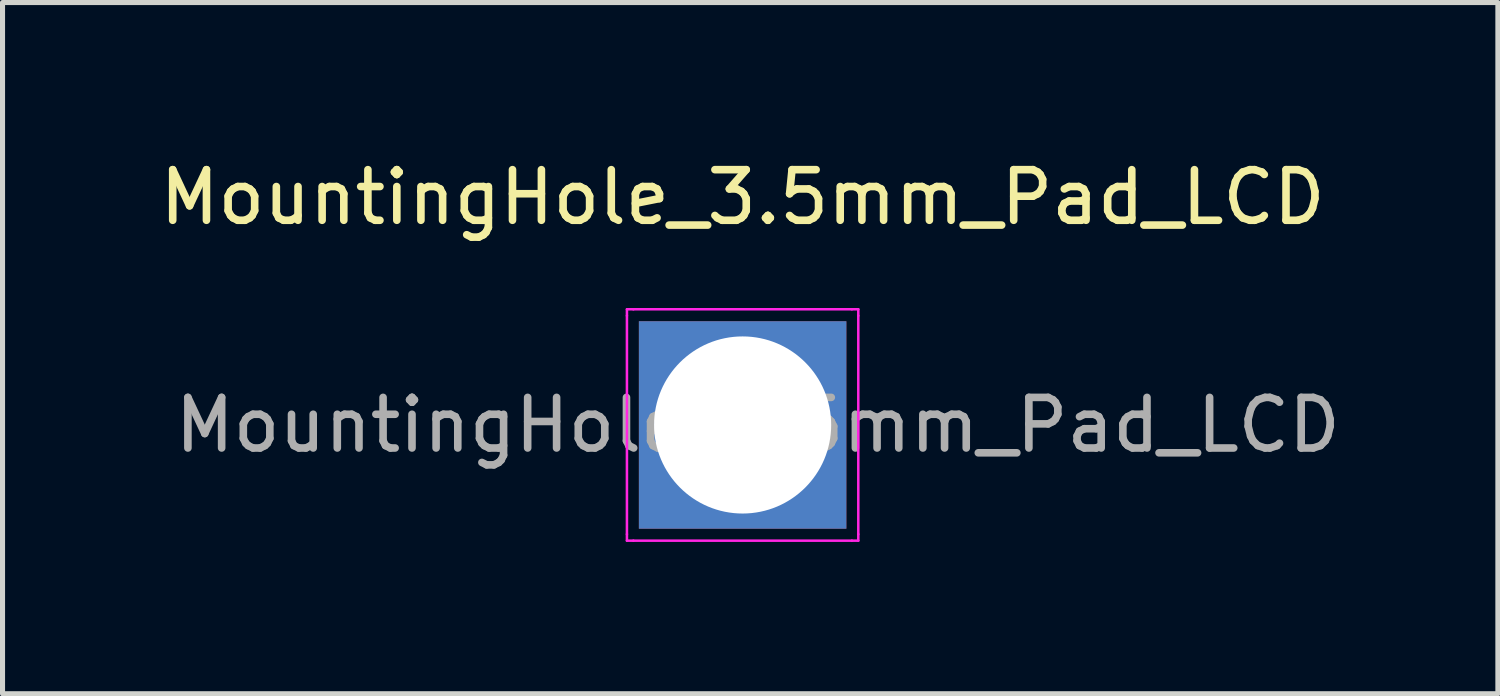
<source format=kicad_pcb>
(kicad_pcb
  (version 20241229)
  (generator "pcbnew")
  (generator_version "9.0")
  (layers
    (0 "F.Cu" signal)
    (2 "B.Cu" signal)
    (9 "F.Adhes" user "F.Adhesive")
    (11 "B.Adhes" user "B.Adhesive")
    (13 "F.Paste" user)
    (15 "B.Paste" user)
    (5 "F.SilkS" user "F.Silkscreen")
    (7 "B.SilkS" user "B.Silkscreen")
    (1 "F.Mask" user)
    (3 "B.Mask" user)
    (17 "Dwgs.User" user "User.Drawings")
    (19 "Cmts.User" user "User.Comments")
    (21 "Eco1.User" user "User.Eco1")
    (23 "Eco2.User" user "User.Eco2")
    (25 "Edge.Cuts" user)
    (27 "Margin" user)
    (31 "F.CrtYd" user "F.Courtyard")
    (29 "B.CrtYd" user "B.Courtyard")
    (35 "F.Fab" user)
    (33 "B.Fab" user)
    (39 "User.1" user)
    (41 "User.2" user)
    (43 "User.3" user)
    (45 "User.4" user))
  (footprint "MountingHole_3.5mm_Pad_LCD"
    (layer "F.Cu")
    (at 11.625 5.348)
    (property "Reference" "MountingHole_3.5mm_Pad_LCD" (at 0 -4.5 0) (layer "F.SilkS") (effects (font (size 1 1) (thickness 0.15))))
    (attr exclude_from_pos_files exclude_from_bom)
    (fp_line (start -2.286 -2.286) (end -2.159 -2.286) (stroke (width 0.05) (type solid)) (layer "F.CrtYd"))
    (fp_line (start -2.286 -2.159) (end -2.286 -2.286) (stroke (width 0.05) (type solid)) (layer "F.CrtYd"))
    (fp_line (start -2.286 -2.159) (end -2.286 2.159) (stroke (width 0.05) (type solid)) (layer "F.CrtYd"))
    (fp_line (start -2.286 2.159) (end -2.286 2.286) (stroke (width 0.05) (type solid)) (layer "F.CrtYd"))
    (fp_line (start -2.286 2.286) (end -2.159 2.286) (stroke (width 0.05) (type solid)) (layer "F.CrtYd"))
    (fp_line (start -2.159 2.286) (end 2.159 2.286) (stroke (width 0.05) (type solid)) (layer "F.CrtYd"))
    (fp_line (start 2.159 -2.286) (end -2.159 -2.286) (stroke (width 0.05) (type solid)) (layer "F.CrtYd"))
    (fp_line (start 2.159 2.286) (end 2.286 2.286) (stroke (width 0.05) (type solid)) (layer "F.CrtYd"))
    (fp_line (start 2.286 -2.286) (end 2.159 -2.286) (stroke (width 0.05) (type solid)) (layer "F.CrtYd"))
    (fp_line (start 2.286 -2.159) (end 2.286 -2.286) (stroke (width 0.05) (type solid)) (layer "F.CrtYd"))
    (fp_line (start 2.286 2.159) (end 2.286 -2.159) (stroke (width 0.05) (type solid)) (layer "F.CrtYd"))
    (fp_line (start 2.286 2.286) (end 2.286 2.159) (stroke (width 0.05) (type solid)) (layer "F.CrtYd"))
    (fp_text user "${REFERENCE}" (at 0.3 0 0) (layer "F.Fab") (effects (font (size 1 1) (thickness 0.15))))
    (pad "1" thru_hole rect (at 0 0) (size 4.1 4.1) (drill 3.5) (layers "*.Cu" "*.Mask")))
  (gr_rect
    (start -3 -3)
    (end 26.55 10.659)
    (stroke (width 0.1) (type default))
    (fill no)
    (layer "Edge.Cuts")))
</source>
